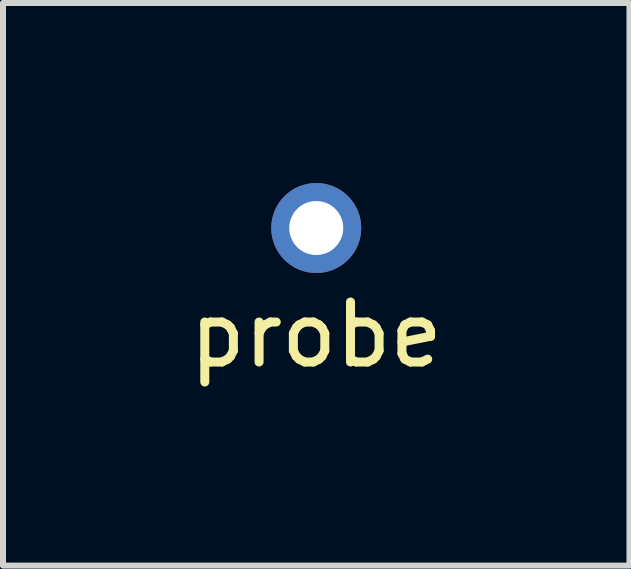
<source format=kicad_pcb>
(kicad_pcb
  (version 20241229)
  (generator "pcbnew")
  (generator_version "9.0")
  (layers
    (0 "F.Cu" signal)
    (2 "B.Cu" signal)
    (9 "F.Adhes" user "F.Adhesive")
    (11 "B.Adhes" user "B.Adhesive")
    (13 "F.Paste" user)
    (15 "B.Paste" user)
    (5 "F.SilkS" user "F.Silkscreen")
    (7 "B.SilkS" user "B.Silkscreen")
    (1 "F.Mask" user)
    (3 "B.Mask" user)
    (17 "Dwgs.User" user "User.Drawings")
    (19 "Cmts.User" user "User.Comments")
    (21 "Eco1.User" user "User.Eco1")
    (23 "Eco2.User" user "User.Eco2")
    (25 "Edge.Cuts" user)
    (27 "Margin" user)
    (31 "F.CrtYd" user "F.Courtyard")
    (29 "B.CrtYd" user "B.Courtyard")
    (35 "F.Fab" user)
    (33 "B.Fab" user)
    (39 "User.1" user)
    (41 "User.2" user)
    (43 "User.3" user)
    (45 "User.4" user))
  (footprint "probe"
    (layer "F.Cu")
    (at 2.22 0.75)
    (property "Reference" "probe" (at 0 1.778 0) (layer "F.SilkS") (effects (font (size 1 1) (thickness 0.15))))
    (attr through_hole)
    (pad "1" thru_hole circle (at 0 0) (size 1.5 1.5) (drill 0.9) (layers "*.Cu" "*.Mask")))
  (gr_rect
    (start -3 -3)
    (end 7.44 6.376)
    (stroke (width 0.1) (type default))
    (fill no)
    (layer "Edge.Cuts")))
</source>
